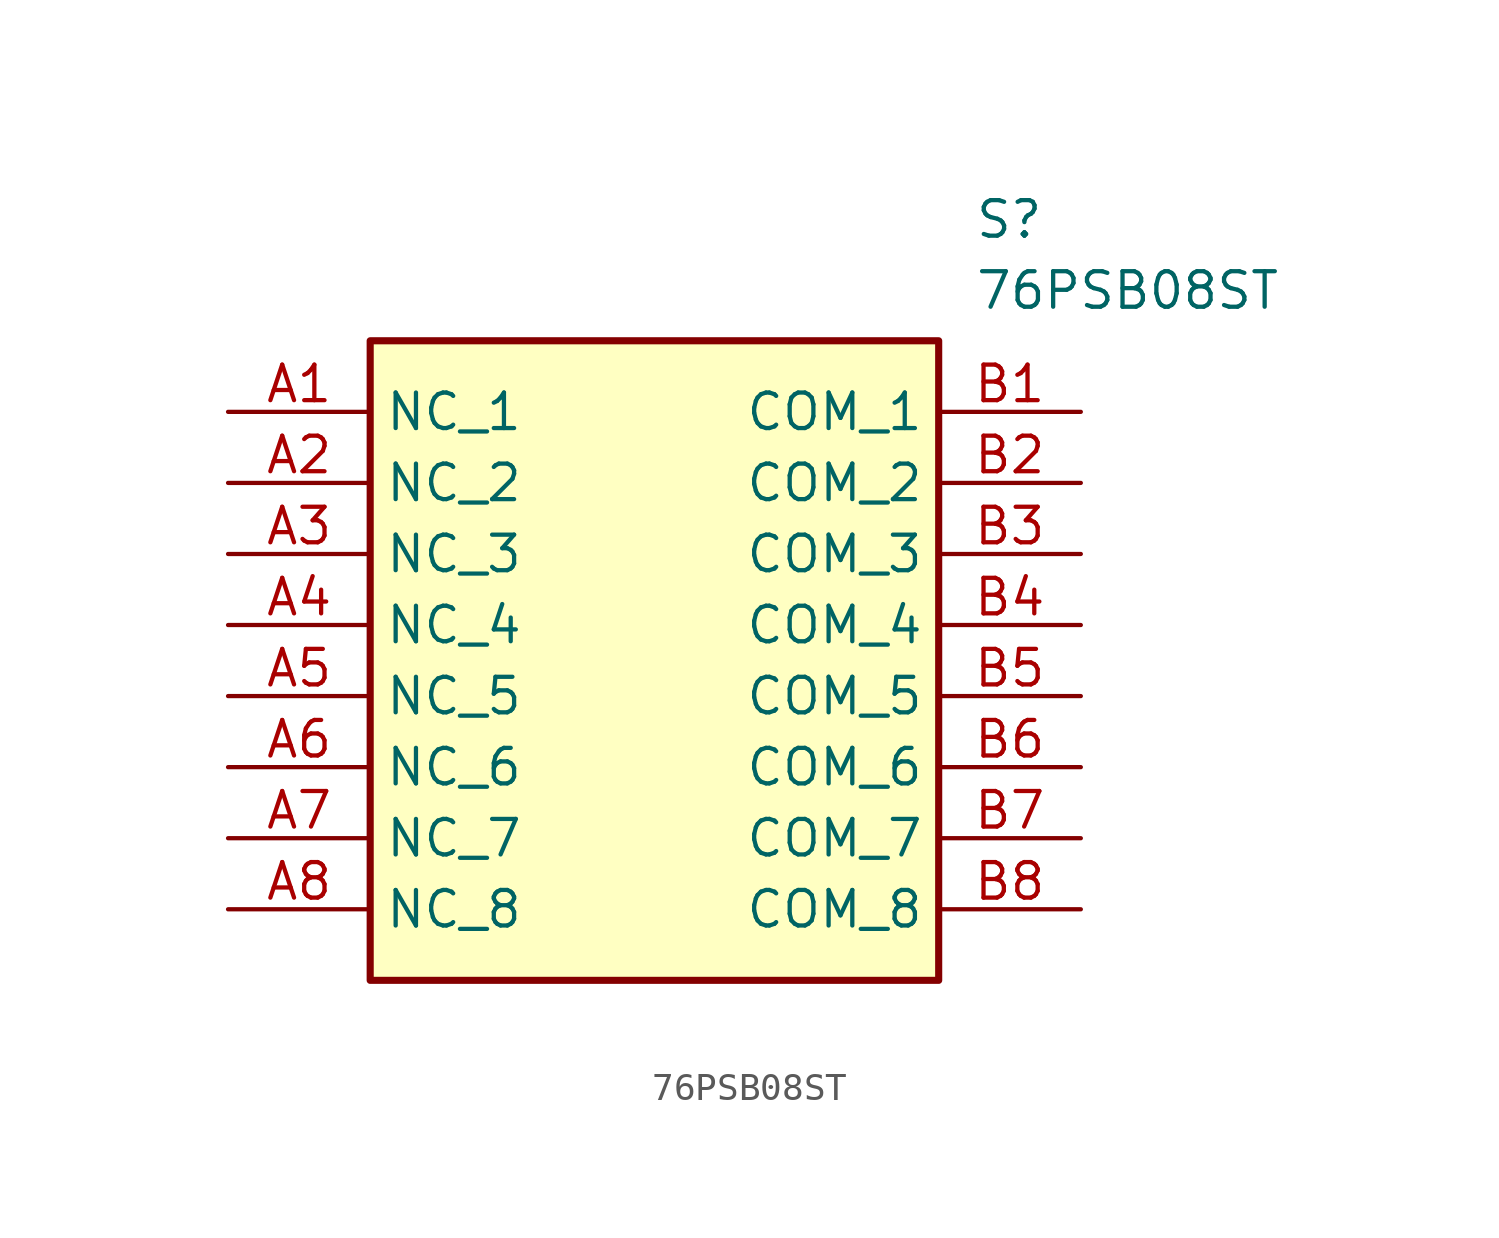
<source format=kicad_sym>
(kicad_symbol_lib
  (version 20211014)
  (generator SamacSys_ECAD_Model)
  (symbol "76PSB08ST"
    (property "Reference" "S"
      (at 26.67 7.62 0)
      (effects (font (size 1.27 1.27)) (justify left top)))
    (property "Value" "76PSB08ST"
      (at 26.67 5.08 0)
      (effects (font (size 1.27 1.27)) (justify left top)))
    (rectangle
      (start 5.08 2.54)
      (end 25.4 -20.32)
      (stroke (width 0.254) (type default))
      (fill (type background)))
    (pin passive line
      (at 0 0 0)
      (length 5.08)
      (name "NC_1" (effects (font (size 1.27 1.27))))
      (number "A1" (effects (font (size 1.27 1.27)))))
    (pin passive line
      (at 0 -2.54 0)
      (length 5.08)
      (name "NC_2" (effects (font (size 1.27 1.27))))
      (number "A2" (effects (font (size 1.27 1.27)))))
    (pin passive line
      (at 0 -5.08 0)
      (length 5.08)
      (name "NC_3" (effects (font (size 1.27 1.27))))
      (number "A3" (effects (font (size 1.27 1.27)))))
    (pin passive line
      (at 0 -7.62 0)
      (length 5.08)
      (name "NC_4" (effects (font (size 1.27 1.27))))
      (number "A4" (effects (font (size 1.27 1.27)))))
    (pin passive line
      (at 0 -10.16 0)
      (length 5.08)
      (name "NC_5" (effects (font (size 1.27 1.27))))
      (number "A5" (effects (font (size 1.27 1.27)))))
    (pin passive line
      (at 0 -12.7 0)
      (length 5.08)
      (name "NC_6" (effects (font (size 1.27 1.27))))
      (number "A6" (effects (font (size 1.27 1.27)))))
    (pin passive line
      (at 0 -15.24 0)
      (length 5.08)
      (name "NC_7" (effects (font (size 1.27 1.27))))
      (number "A7" (effects (font (size 1.27 1.27)))))
    (pin passive line
      (at 0 -17.78 0)
      (length 5.08)
      (name "NC_8" (effects (font (size 1.27 1.27))))
      (number "A8" (effects (font (size 1.27 1.27)))))
    (pin passive line
      (at 30.48 0 180)
      (length 5.08)
      (name "COM_1" (effects (font (size 1.27 1.27))))
      (number "B1" (effects (font (size 1.27 1.27)))))
    (pin passive line
      (at 30.48 -2.54 180)
      (length 5.08)
      (name "COM_2" (effects (font (size 1.27 1.27))))
      (number "B2" (effects (font (size 1.27 1.27)))))
    (pin passive line
      (at 30.48 -5.08 180)
      (length 5.08)
      (name "COM_3" (effects (font (size 1.27 1.27))))
      (number "B3" (effects (font (size 1.27 1.27)))))
    (pin passive line
      (at 30.48 -7.62 180)
      (length 5.08)
      (name "COM_4" (effects (font (size 1.27 1.27))))
      (number "B4" (effects (font (size 1.27 1.27)))))
    (pin passive line
      (at 30.48 -10.16 180)
      (length 5.08)
      (name "COM_5" (effects (font (size 1.27 1.27))))
      (number "B5" (effects (font (size 1.27 1.27)))))
    (pin passive line
      (at 30.48 -12.7 180)
      (length 5.08)
      (name "COM_6" (effects (font (size 1.27 1.27))))
      (number "B6" (effects (font (size 1.27 1.27)))))
    (pin passive line
      (at 30.48 -15.24 180)
      (length 5.08)
      (name "COM_7" (effects (font (size 1.27 1.27))))
      (number "B7" (effects (font (size 1.27 1.27)))))
    (pin passive line
      (at 30.48 -17.78 180)
      (length 5.08)
      (name "COM_8" (effects (font (size 1.27 1.27))))
      (number "B8" (effects (font (size 1.27 1.27)))))))
</source>
